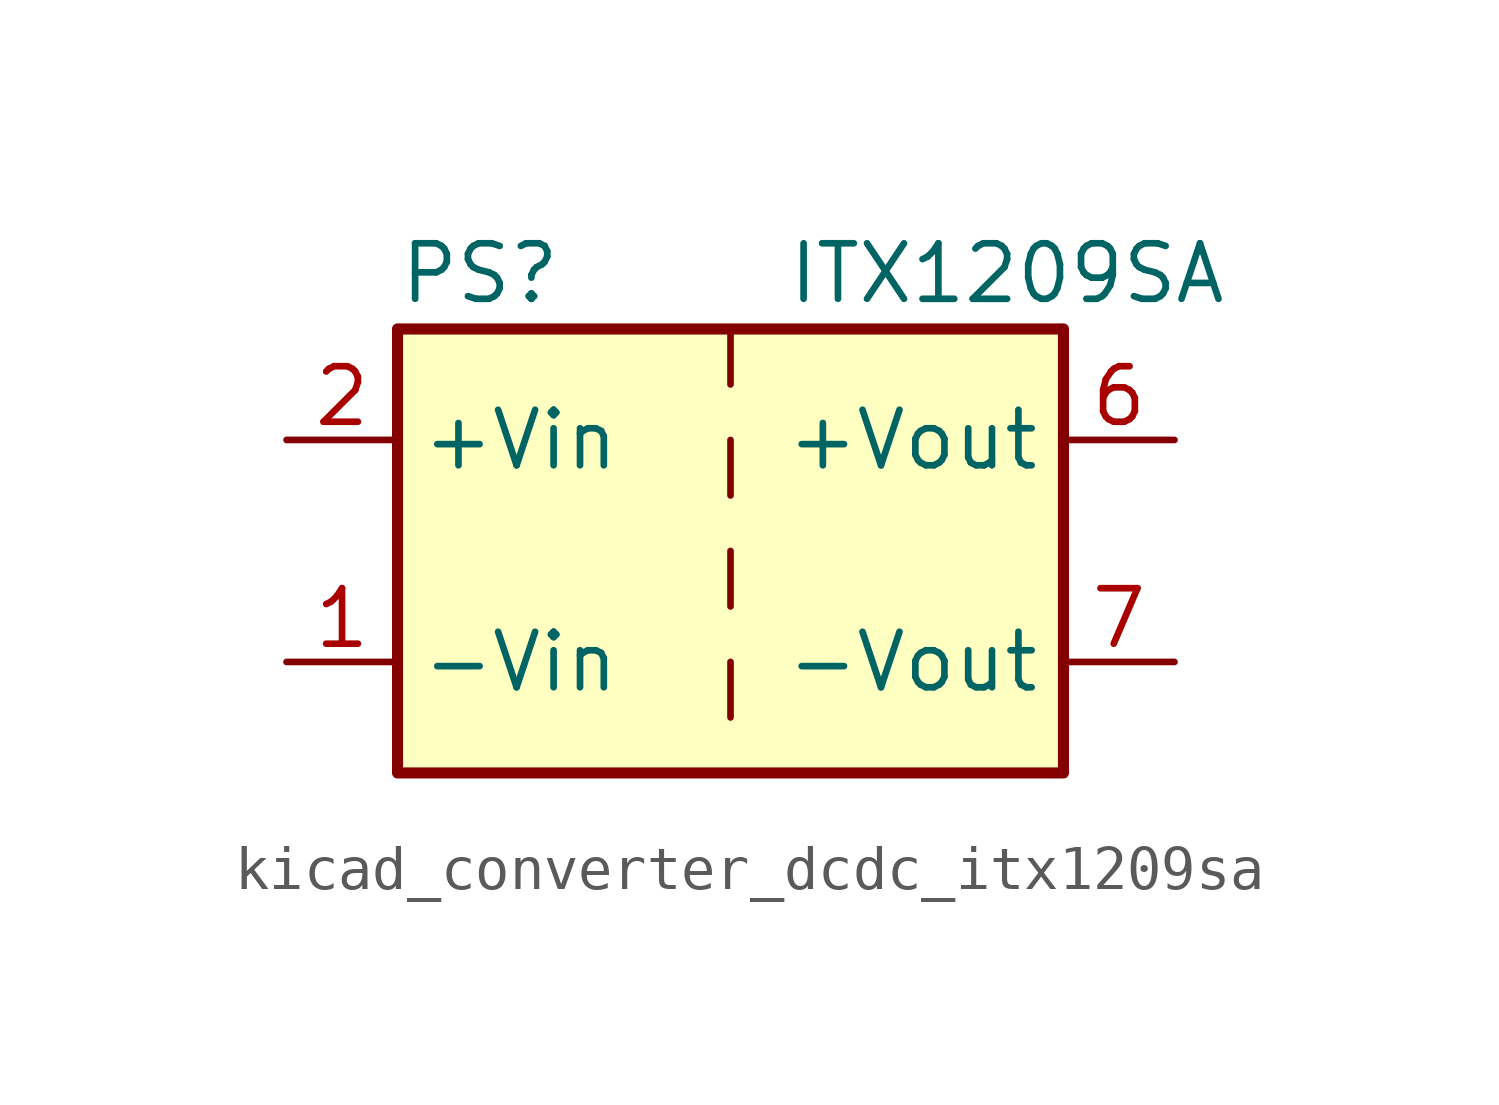
<source format=kicad_sym>
(kicad_symbol_lib
  (version 20220914)
  (generator kicad_symbol_editor)
  (symbol "kicad_converter_dcdc_itx1209sa"
    (property "Reference" "PS"
      (at -7.62 6.35 0)
      (effects (font (size 1.27 1.27)) (justify left)))
    (property "Value" "ITX1209SA"
      (at 1.27 6.35 0)
      (effects (font (size 1.27 1.27)) (justify left)))
    (symbol "kicad_converter_dcdc_itx1209sa_0_0"
      (pin power_in line (at -10.16 -2.54 0) (length 2.54) (name "-Vin" (effects (font (size 1.27 1.27)))) (number "1" (effects (font (size 1.27 1.27)))))
      (pin power_in line (at -10.16 2.54 0) (length 2.54) (name "+Vin" (effects (font (size 1.27 1.27)))) (number "2" (effects (font (size 1.27 1.27)))))
      (pin power_out line (at 10.16 2.54 180) (length 2.54) (name "+Vout" (effects (font (size 1.27 1.27)))) (number "6" (effects (font (size 1.27 1.27)))))
      (pin power_out line (at 10.16 -2.54 180) (length 2.54) (name "-Vout" (effects (font (size 1.27 1.27)))) (number "7" (effects (font (size 1.27 1.27)))))
      (pin no_connect line (at 7.62 0 180) (length 2.54) hide (name "NC" (effects (font (size 1.27 1.27)))) (number "8" (effects (font (size 1.27 1.27))))))
    (symbol "kicad_converter_dcdc_itx1209sa_0_1"
      (rectangle (start -7.62 5.08) (end 7.62 -5.08) (stroke (width 0.254) (type default)) (fill (type background)))
      (polyline (pts (xy 0 -2.54) (xy 0 -3.81)) (stroke (width 0) (type default)) (fill (type none)))
      (polyline (pts (xy 0 0) (xy 0 -1.27)) (stroke (width 0) (type default)) (fill (type none)))
      (polyline (pts (xy 0 2.54) (xy 0 1.27)) (stroke (width 0) (type default)) (fill (type none)))
      (polyline (pts (xy 0 5.08) (xy 0 3.81)) (stroke (width 0) (type default)) (fill (type none))))))
</source>
